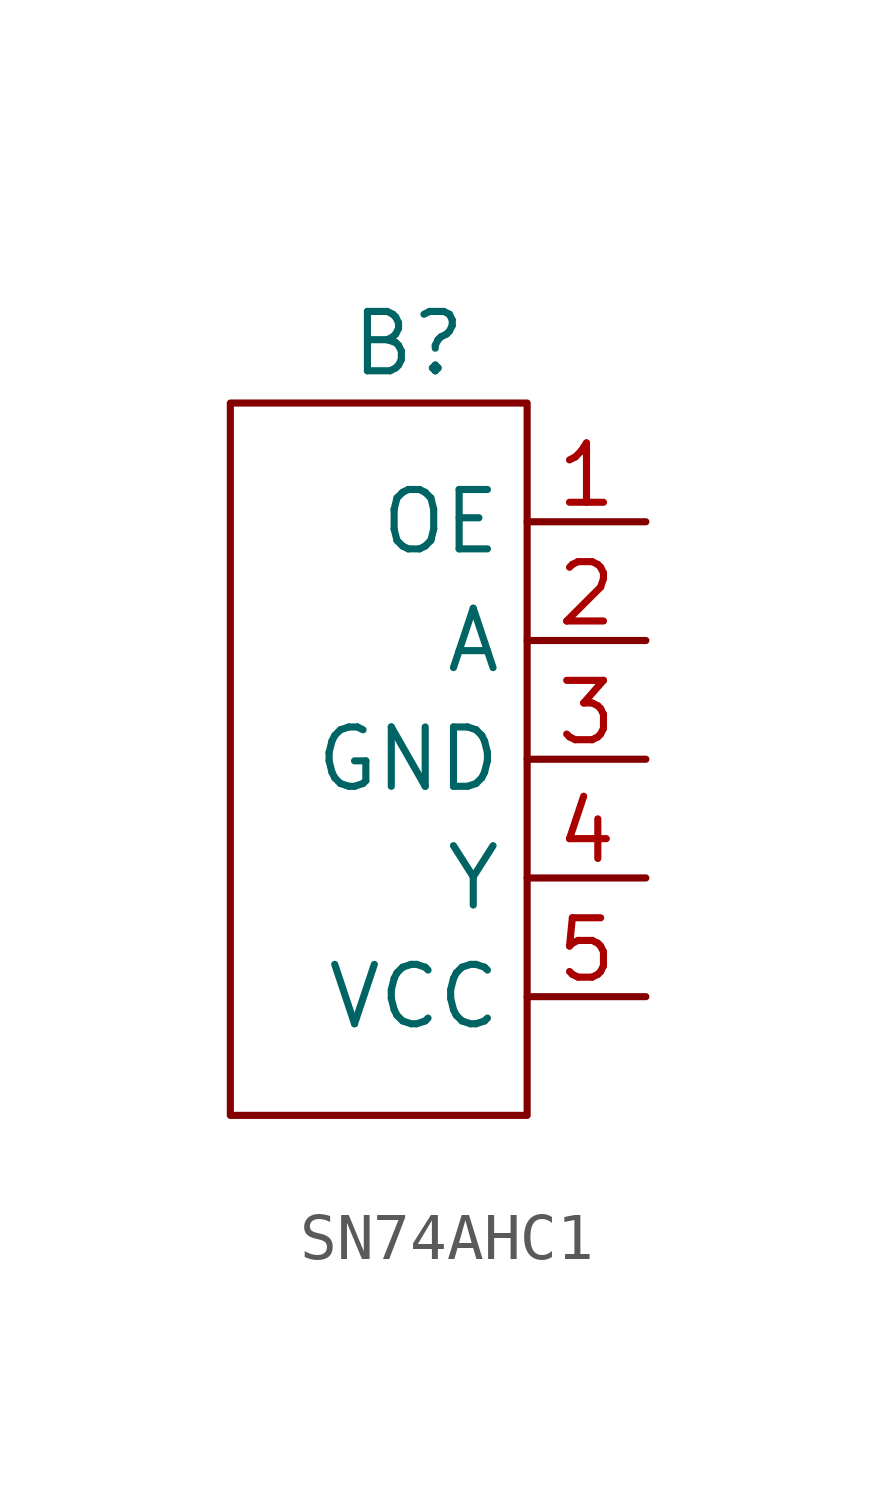
<source format=kicad_sym>
(kicad_symbol_lib
  (version 20220914)
  (generator kicad_symbol_editor)
  (symbol "SN74AHC1"
    (property "Reference" "B"
      (at 3.81 1.27 0)
      (effects (font (size 1.27 1.27))))
    (property "Value" ""
      (at 6.35 2.54 0)
      (effects (font (size 1.27 1.27))))
    (symbol "SN74AHC1_0_0"
      (pin unspecified line (at 8.89 -2.54 180) (length 2.54) (name "OE" (effects (font (size 1.27 1.27)))) (number "1" (effects (font (size 1.27 1.27)))))
      (pin unspecified line (at 8.89 -5.08 180) (length 2.54) (name "A" (effects (font (size 1.27 1.27)))) (number "2" (effects (font (size 1.27 1.27)))))
      (pin unspecified line (at 8.89 -7.62 180) (length 2.54) (name "GND" (effects (font (size 1.27 1.27)))) (number "3" (effects (font (size 1.27 1.27)))))
      (pin unspecified line (at 8.89 -10.16 180) (length 2.54) (name "Y" (effects (font (size 1.27 1.27)))) (number "4" (effects (font (size 1.27 1.27)))))
      (pin unspecified line (at 8.89 -12.7 180) (length 2.54) (name "VCC" (effects (font (size 1.27 1.27)))) (number "5" (effects (font (size 1.27 1.27))))))
    (symbol "SN74AHC1_0_1"
      (rectangle (start 0 0) (end 6.35 -15.24) (stroke (width 0) (type default)) (fill (type none))))))
</source>
